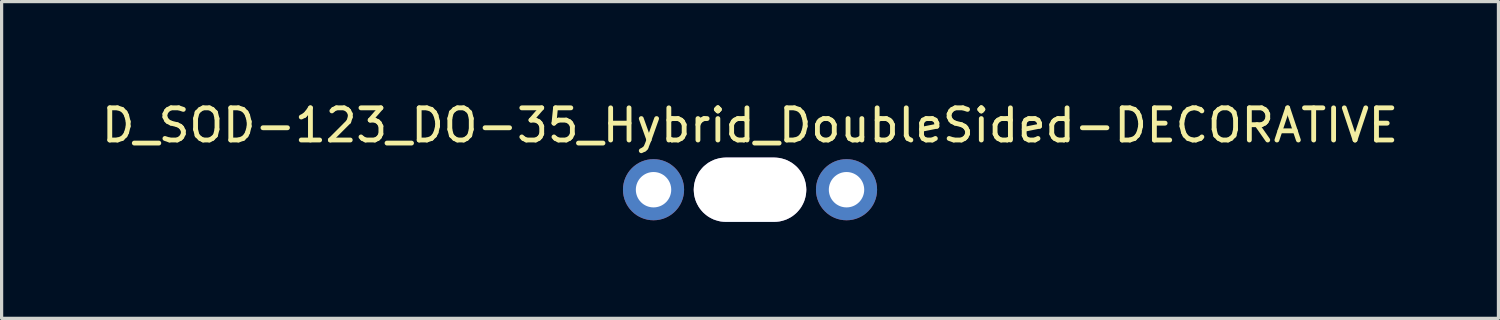
<source format=kicad_pcb>
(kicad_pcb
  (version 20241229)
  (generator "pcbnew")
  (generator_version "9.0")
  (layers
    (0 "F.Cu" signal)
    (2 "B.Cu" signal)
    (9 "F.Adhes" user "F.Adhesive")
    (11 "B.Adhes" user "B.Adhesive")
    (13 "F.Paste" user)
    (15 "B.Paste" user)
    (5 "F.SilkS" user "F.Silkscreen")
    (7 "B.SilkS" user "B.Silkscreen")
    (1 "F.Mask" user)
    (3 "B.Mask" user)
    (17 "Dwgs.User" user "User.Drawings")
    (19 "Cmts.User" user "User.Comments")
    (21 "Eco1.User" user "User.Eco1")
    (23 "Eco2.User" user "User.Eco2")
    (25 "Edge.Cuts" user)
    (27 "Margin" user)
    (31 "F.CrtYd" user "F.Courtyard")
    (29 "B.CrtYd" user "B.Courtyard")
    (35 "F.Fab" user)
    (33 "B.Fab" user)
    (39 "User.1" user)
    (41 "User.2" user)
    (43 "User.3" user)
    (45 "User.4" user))
  (footprint "D_SOD-123_DO-35_Hybrid_DoubleSided-DECORATIVE"
    (layer "F.Cu")
    (at 20.268 2.848)
    (property "Reference" "D_SOD-123_DO-35_Hybrid_DoubleSided-DECORATIVE" (at 0 -2 0) (layer "F.SilkS") (effects (font (size 1 1) (thickness 0.15))))
    (attr smd)
    (pad "" thru_hole circle (at -3 0) (size 1.9 1.9) (drill 1.1) (layers "*.Cu" "*.Mask"))
    (pad "" np_thru_hole roundrect (at 0 0) (size 3.5 2) (drill oval 3.5 2) (layers "*.Cu" "*.Mask") (roundrect_rratio 0.5))
    (pad "" thru_hole circle (at 3 0) (size 1.9 1.9) (drill 1.1) (layers "*.Cu" "*.Mask")))
  (gr_rect
    (start -3 -3)
    (end 43.536 6.848)
    (stroke (width 0.1) (type default))
    (fill no)
    (layer "Edge.Cuts")))
</source>
